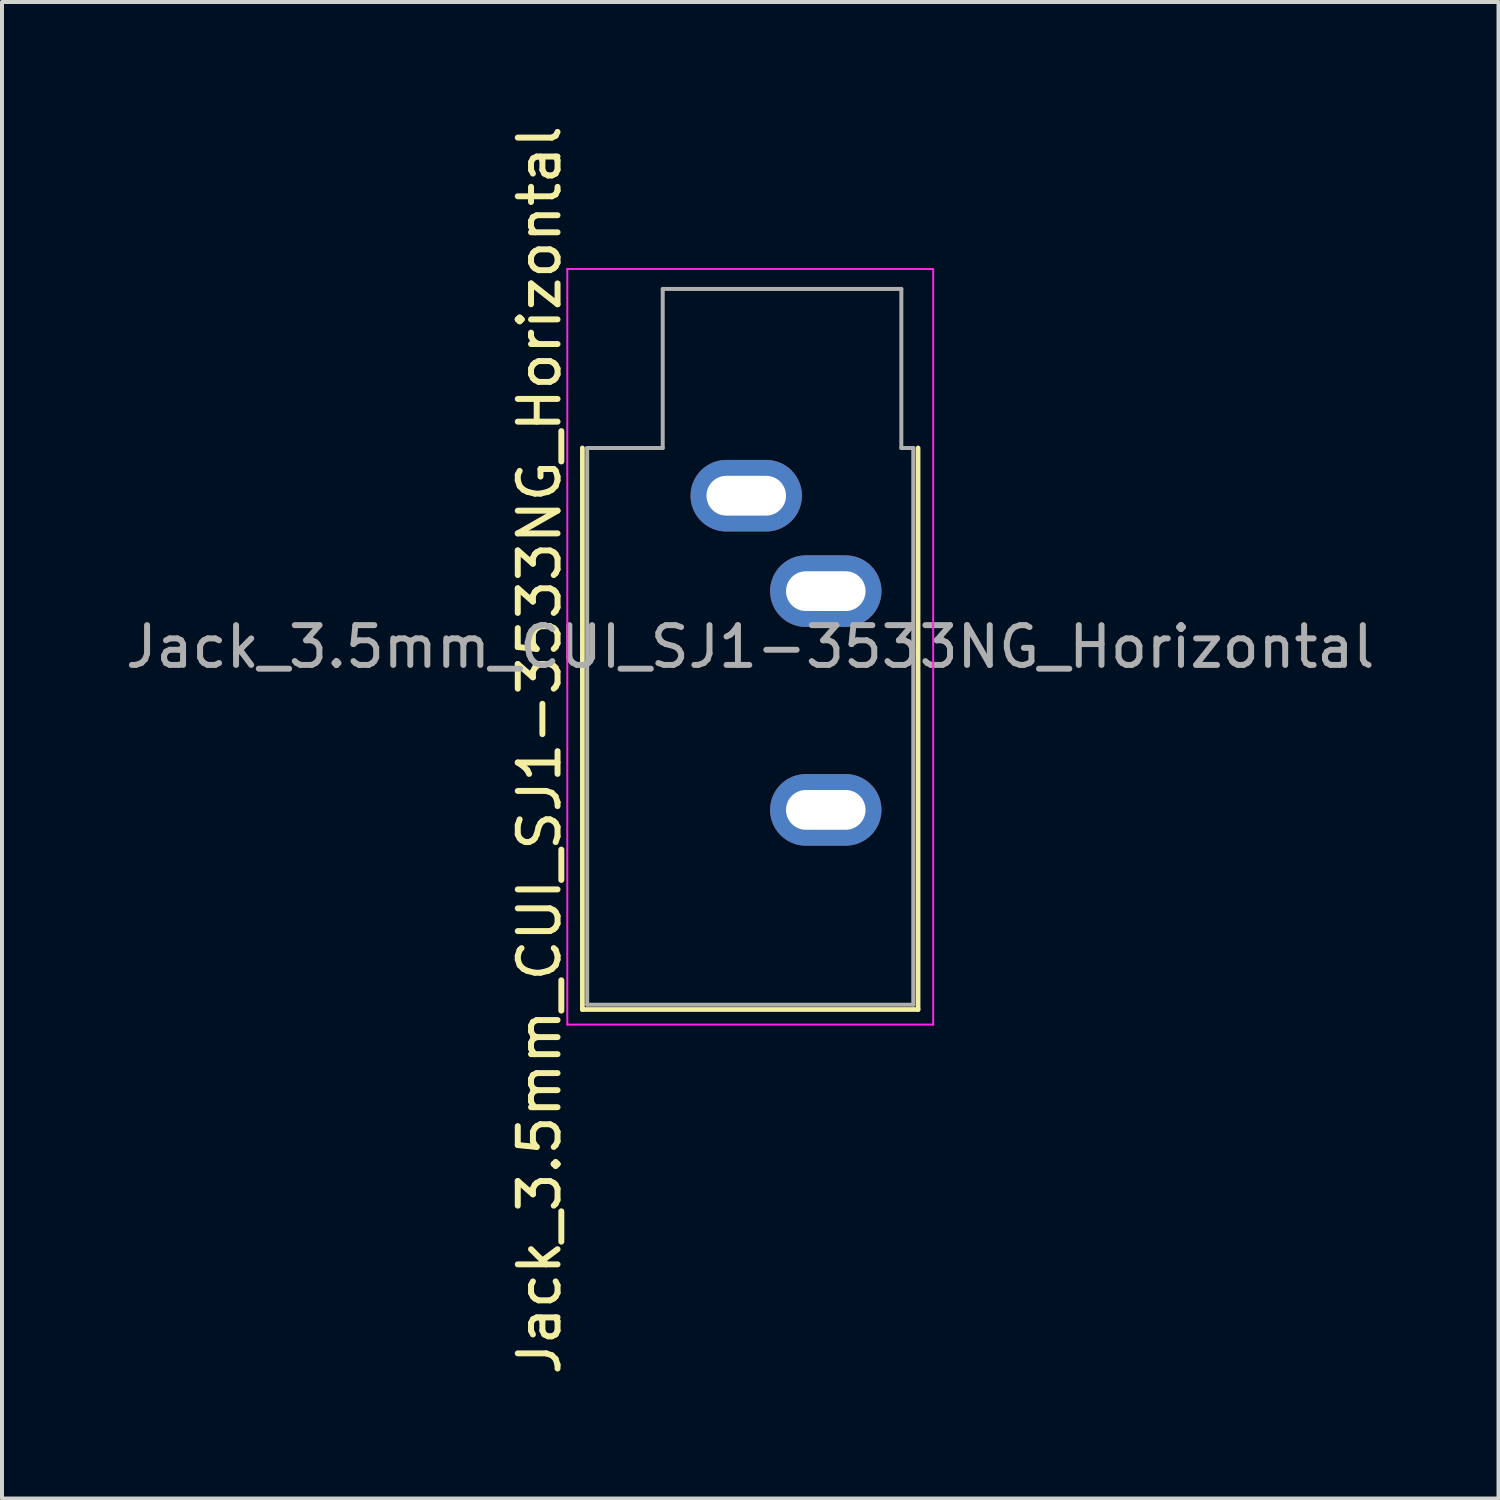
<source format=kicad_pcb>
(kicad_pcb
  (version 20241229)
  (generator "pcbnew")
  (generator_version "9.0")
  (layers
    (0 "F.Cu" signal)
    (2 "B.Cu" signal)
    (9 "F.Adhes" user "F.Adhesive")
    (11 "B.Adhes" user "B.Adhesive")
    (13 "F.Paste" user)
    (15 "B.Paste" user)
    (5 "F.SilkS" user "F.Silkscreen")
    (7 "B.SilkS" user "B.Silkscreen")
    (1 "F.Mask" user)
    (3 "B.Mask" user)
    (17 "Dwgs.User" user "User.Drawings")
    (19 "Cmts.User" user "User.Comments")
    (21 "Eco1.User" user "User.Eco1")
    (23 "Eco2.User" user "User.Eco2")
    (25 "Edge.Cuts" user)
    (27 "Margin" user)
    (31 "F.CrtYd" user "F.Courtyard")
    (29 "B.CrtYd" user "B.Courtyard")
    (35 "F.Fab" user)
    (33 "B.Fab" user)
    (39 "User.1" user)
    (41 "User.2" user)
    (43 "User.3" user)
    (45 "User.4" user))
  (footprint "Jack_3.5mm_CUI_SJ1-3533NG_Horizontal"
    (layer "F.Cu")
    (at 15.715 9.415)
    (property "Reference" "Jack_3.5mm_CUI_SJ1-3533NG_Horizontal" (at -5.2 6.4 90) (layer "F.SilkS") (effects (font (size 1 1) (thickness 0.15))))
    (attr through_hole)
    (fp_line (start -4.12 12.92) (end -4.12 -1.2) (stroke (width 0.12) (type solid)) (layer "F.SilkS"))
    (fp_line (start 4.32 -1.2) (end 4.32 12.92) (stroke (width 0.12) (type solid)) (layer "F.SilkS"))
    (fp_line (start 4.32 12.92) (end -4.12 12.92) (stroke (width 0.12) (type solid)) (layer "F.SilkS"))
    (fp_line (start -4.5 -5.7) (end -4.5 13.3) (stroke (width 0.05) (type solid)) (layer "F.CrtYd"))
    (fp_line (start -4.5 13.3) (end 4.7 13.3) (stroke (width 0.05) (type solid)) (layer "F.CrtYd"))
    (fp_line (start 4.7 -5.7) (end -4.5 -5.7) (stroke (width 0.05) (type solid)) (layer "F.CrtYd"))
    (fp_line (start 4.7 13.3) (end 4.7 -5.7) (stroke (width 0.05) (type solid)) (layer "F.CrtYd"))
    (fp_line (start -4 -1.2) (end -2.1 -1.2) (stroke (width 0.1) (type solid)) (layer "F.Fab"))
    (fp_line (start -4 12.8) (end -4 -1.2) (stroke (width 0.1) (type solid)) (layer "F.Fab"))
    (fp_line (start -2.1 -5.2) (end 3.9 -5.2) (stroke (width 0.1) (type solid)) (layer "F.Fab"))
    (fp_line (start -2.1 -1.2) (end -2.1 -5.2) (stroke (width 0.1) (type solid)) (layer "F.Fab"))
    (fp_line (start 3.9 -5.2) (end 3.9 -1.2) (stroke (width 0.1) (type solid)) (layer "F.Fab"))
    (fp_line (start 3.9 -1.2) (end 4.2 -1.2) (stroke (width 0.1) (type solid)) (layer "F.Fab"))
    (fp_line (start 4.2 -1.2) (end 4.2 12.8) (stroke (width 0.1) (type solid)) (layer "F.Fab"))
    (fp_line (start 4.2 12.8) (end -4 12.8) (stroke (width 0.1) (type solid)) (layer "F.Fab"))
    (fp_text user "${REFERENCE}" (at 0.1 3.8 0) (layer "F.Fab") (effects (font (size 1 1) (thickness 0.15))))
    (pad "R" thru_hole oval (at 2 7.9) (size 2.8 1.8) (drill oval 2 1) (layers "*.Cu" "*.Mask"))
    (pad "S" thru_hole oval (at 0 0) (size 2.8 1.8) (drill oval 2 1) (layers "*.Cu" "*.Mask"))
    (pad "T" thru_hole oval (at 2 2.4) (size 2.8 1.8) (drill oval 2 1) (layers "*.Cu" "*.Mask")))
  (gr_rect
    (start -3 -3)
    (end 34.631 34.631)
    (stroke (width 0.1) (type default))
    (fill no)
    (layer "Edge.Cuts")))
</source>
